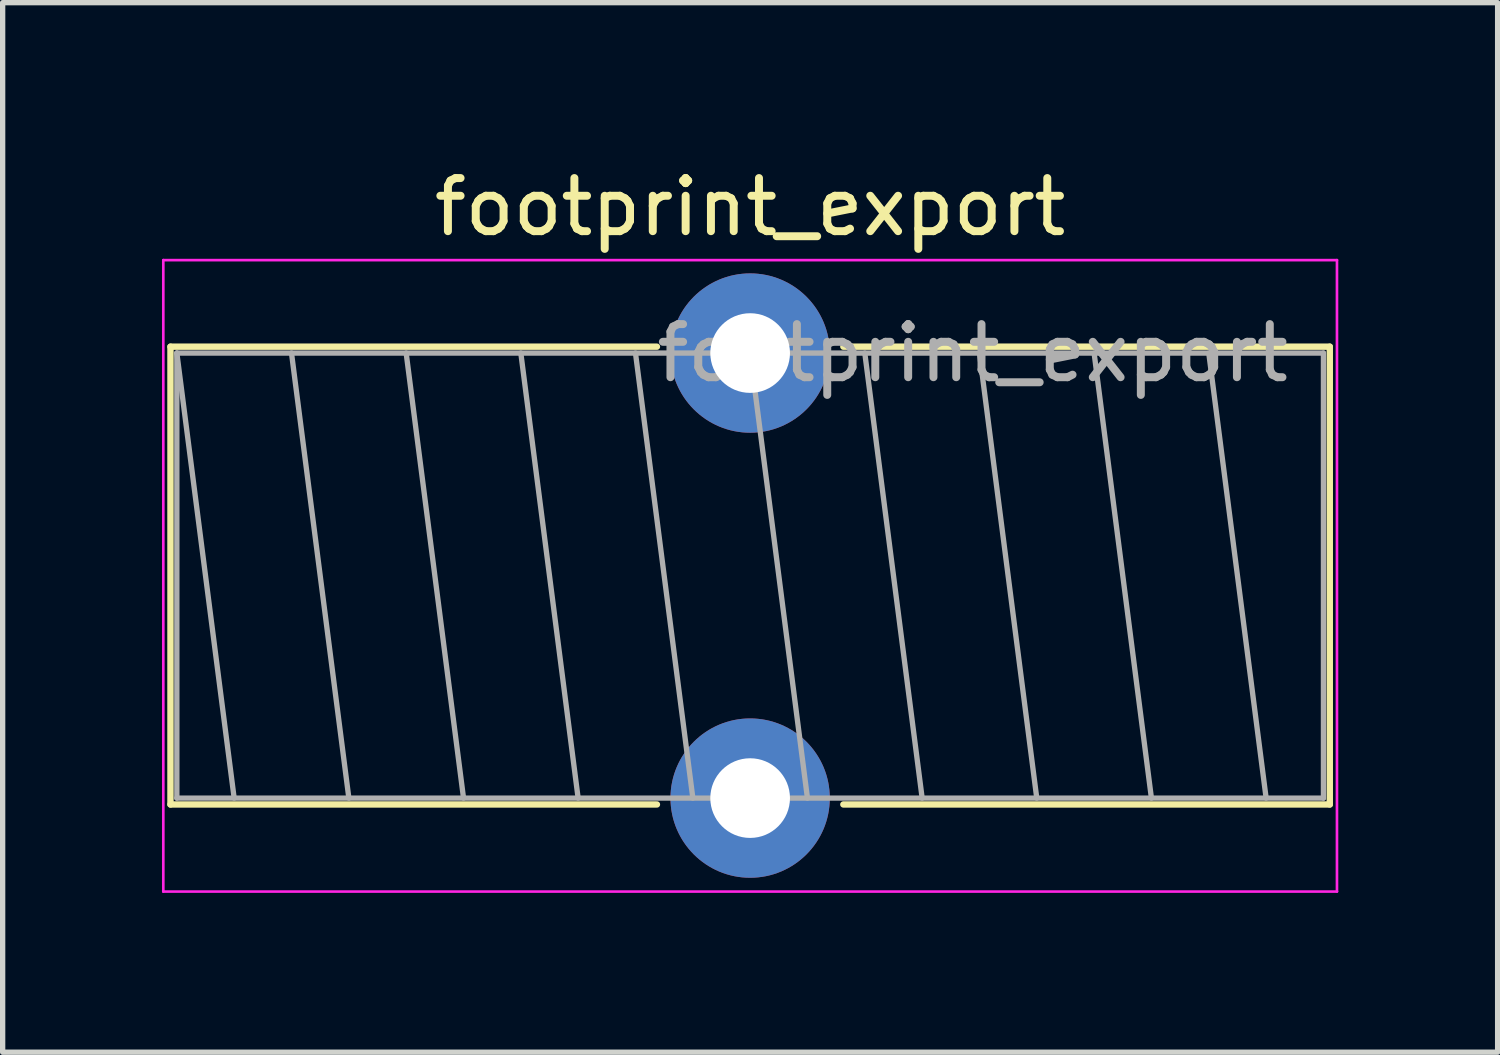
<source format=kicad_pcb>
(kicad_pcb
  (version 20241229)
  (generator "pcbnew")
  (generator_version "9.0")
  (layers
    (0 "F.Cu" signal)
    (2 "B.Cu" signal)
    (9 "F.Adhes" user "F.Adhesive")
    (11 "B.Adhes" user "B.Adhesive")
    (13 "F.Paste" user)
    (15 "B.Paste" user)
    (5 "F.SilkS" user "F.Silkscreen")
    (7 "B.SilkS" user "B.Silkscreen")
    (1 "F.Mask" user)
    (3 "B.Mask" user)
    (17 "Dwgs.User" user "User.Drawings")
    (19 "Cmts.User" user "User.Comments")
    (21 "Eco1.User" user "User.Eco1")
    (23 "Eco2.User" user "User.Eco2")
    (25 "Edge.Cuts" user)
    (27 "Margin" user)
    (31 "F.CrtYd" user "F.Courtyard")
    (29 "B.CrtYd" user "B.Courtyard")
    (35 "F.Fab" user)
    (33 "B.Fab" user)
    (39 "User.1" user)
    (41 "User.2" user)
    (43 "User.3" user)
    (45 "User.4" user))
  (footprint "footprint_export"
    (layer "F.Cu")
    (at 11.075 3.598)
    (property "Reference" "footprint_export" (at 0 -2.75 0) (layer "F.SilkS") (effects (font (size 1 1) (thickness 0.15))))
    (attr through_hole)
    (fp_line (start -10.915 -0.12) (end -10.915 8.5) (stroke (width 0.12) (type solid)) (layer "F.SilkS"))
    (fp_line (start -10.915 -0.12) (end -1.755 -0.12) (stroke (width 0.12) (type solid)) (layer "F.SilkS"))
    (fp_line (start -10.915 8.5) (end -1.755 8.5) (stroke (width 0.12) (type solid)) (layer "F.SilkS"))
    (fp_line (start 1.755 -0.12) (end 10.915 -0.12) (stroke (width 0.12) (type solid)) (layer "F.SilkS"))
    (fp_line (start 1.755 8.5) (end 10.915 8.5) (stroke (width 0.12) (type solid)) (layer "F.SilkS"))
    (fp_line (start 10.915 -0.12) (end 10.915 8.5) (stroke (width 0.12) (type solid)) (layer "F.SilkS"))
    (fp_line (start -11.05 -1.75) (end -11.05 10.14) (stroke (width 0.05) (type solid)) (layer "F.CrtYd"))
    (fp_line (start -11.05 10.14) (end 11.05 10.14) (stroke (width 0.05) (type solid)) (layer "F.CrtYd"))
    (fp_line (start 11.05 -1.75) (end -11.05 -1.75) (stroke (width 0.05) (type solid)) (layer "F.CrtYd"))
    (fp_line (start 11.05 10.14) (end 11.05 -1.75) (stroke (width 0.05) (type solid)) (layer "F.CrtYd"))
    (fp_line (start -10.795 0) (end -10.795 8.38) (stroke (width 0.1) (type solid)) (layer "F.Fab"))
    (fp_line (start -10.795 0) (end -9.716 8.38) (stroke (width 0.1) (type solid)) (layer "F.Fab"))
    (fp_line (start -10.795 8.38) (end 10.795 8.38) (stroke (width 0.1) (type solid)) (layer "F.Fab"))
    (fp_line (start -8.636 0) (end -7.556 8.38) (stroke (width 0.1) (type solid)) (layer "F.Fab"))
    (fp_line (start -6.477 0) (end -5.397 8.38) (stroke (width 0.1) (type solid)) (layer "F.Fab"))
    (fp_line (start -4.318 0) (end -3.239 8.38) (stroke (width 0.1) (type solid)) (layer "F.Fab"))
    (fp_line (start -2.159 0) (end -1.079 8.38) (stroke (width 0.1) (type solid)) (layer "F.Fab"))
    (fp_line (start 0 0) (end 1.079 8.38) (stroke (width 0.1) (type solid)) (layer "F.Fab"))
    (fp_line (start 2.159 0) (end 3.239 8.38) (stroke (width 0.1) (type solid)) (layer "F.Fab"))
    (fp_line (start 4.318 0) (end 5.397 8.38) (stroke (width 0.1) (type solid)) (layer "F.Fab"))
    (fp_line (start 6.477 0) (end 7.556 8.38) (stroke (width 0.1) (type solid)) (layer "F.Fab"))
    (fp_line (start 8.636 0) (end 9.716 8.38) (stroke (width 0.1) (type solid)) (layer "F.Fab"))
    (fp_line (start 10.795 0) (end -10.795 0) (stroke (width 0.1) (type solid)) (layer "F.Fab"))
    (fp_line (start 10.795 8.38) (end 10.795 0) (stroke (width 0.1) (type solid)) (layer "F.Fab"))
    (fp_text user "${REFERENCE}" (at 4.19 0 0) (layer "F.Fab") (effects (font (size 1 1) (thickness 0.15))))
    (pad "1" thru_hole circle (at 0 0) (size 3 3) (drill 1.5) (layers "*.Cu" "*.Mask"))
    (pad "2" thru_hole circle (at 0 8.38) (size 3 3) (drill 1.5) (layers "*.Cu" "*.Mask")))
  (gr_rect
    (start -3 -3)
    (end 25.15 16.763)
    (stroke (width 0.1) (type default))
    (fill no)
    (layer "Edge.Cuts")))
</source>
